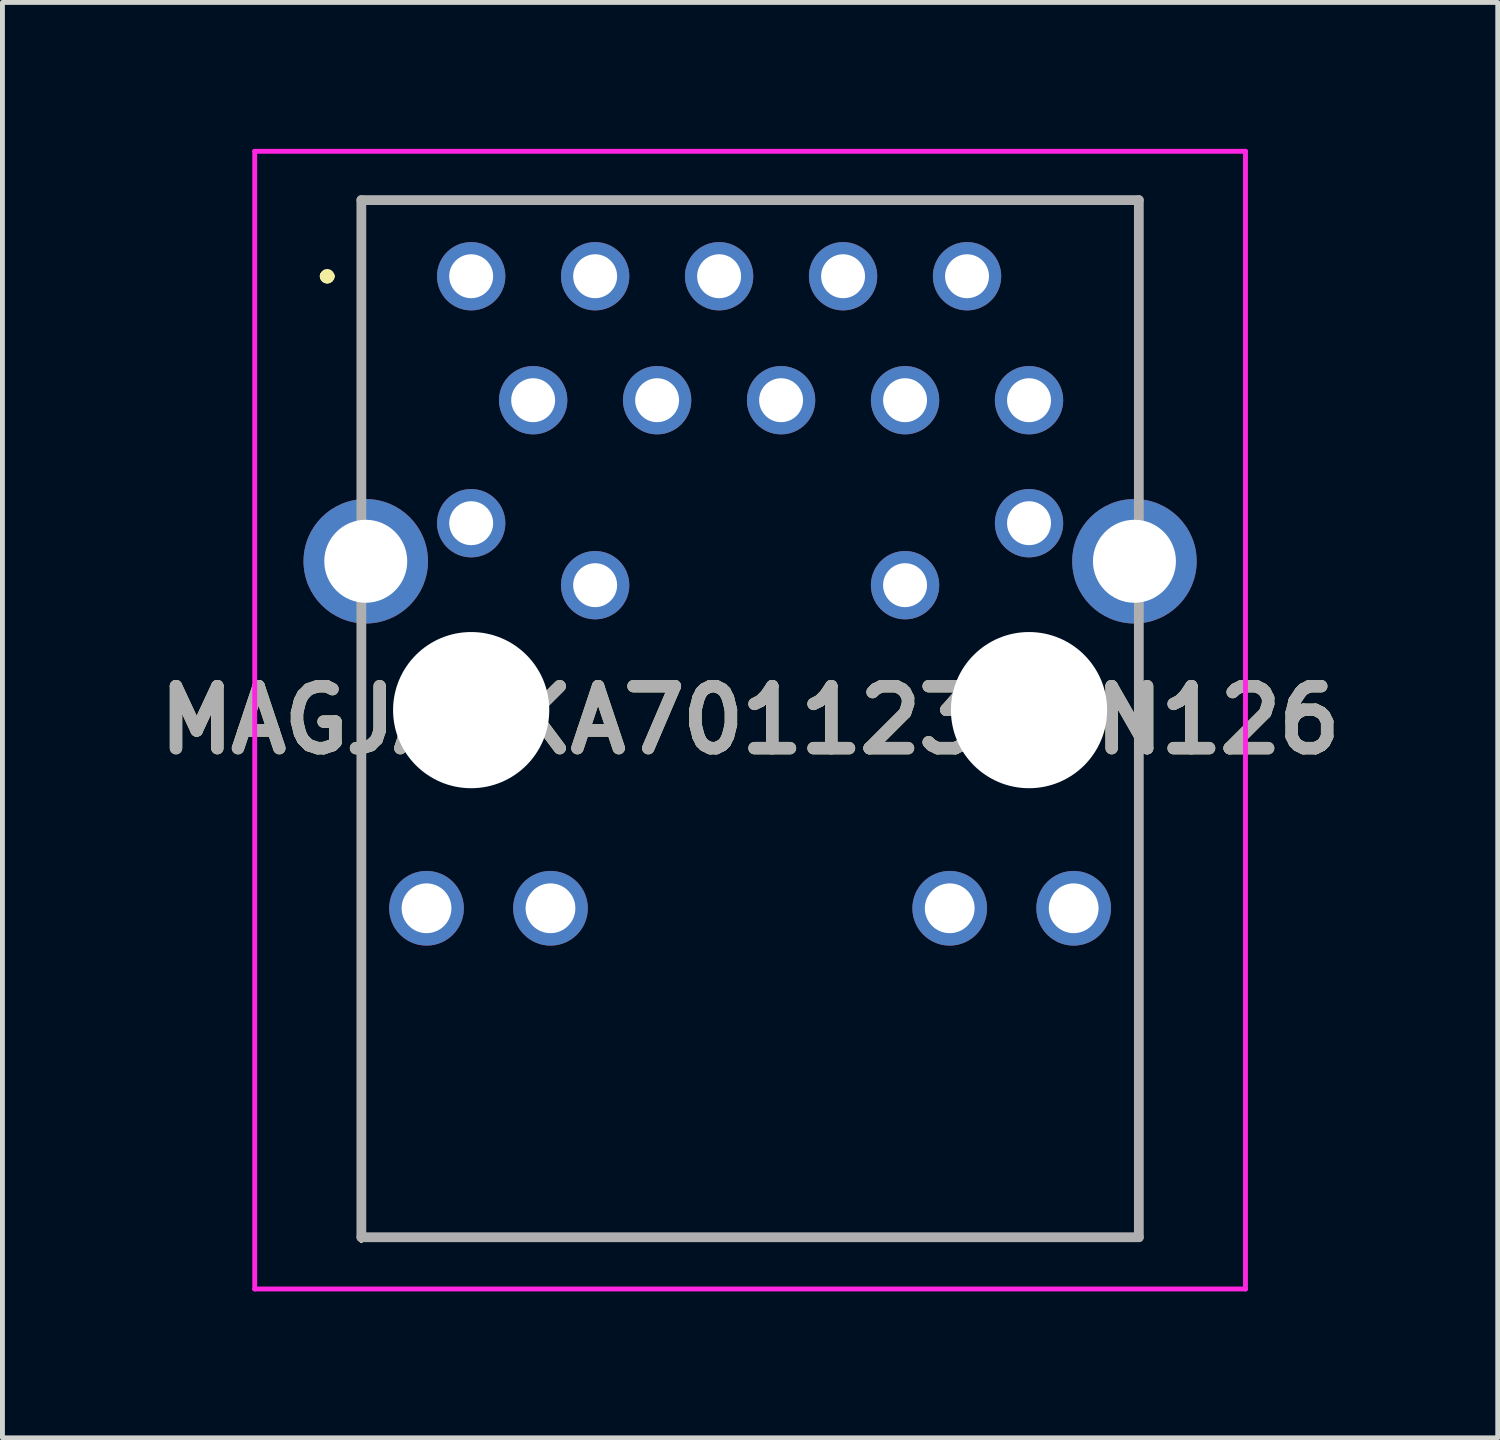
<source format=kicad_pcb>
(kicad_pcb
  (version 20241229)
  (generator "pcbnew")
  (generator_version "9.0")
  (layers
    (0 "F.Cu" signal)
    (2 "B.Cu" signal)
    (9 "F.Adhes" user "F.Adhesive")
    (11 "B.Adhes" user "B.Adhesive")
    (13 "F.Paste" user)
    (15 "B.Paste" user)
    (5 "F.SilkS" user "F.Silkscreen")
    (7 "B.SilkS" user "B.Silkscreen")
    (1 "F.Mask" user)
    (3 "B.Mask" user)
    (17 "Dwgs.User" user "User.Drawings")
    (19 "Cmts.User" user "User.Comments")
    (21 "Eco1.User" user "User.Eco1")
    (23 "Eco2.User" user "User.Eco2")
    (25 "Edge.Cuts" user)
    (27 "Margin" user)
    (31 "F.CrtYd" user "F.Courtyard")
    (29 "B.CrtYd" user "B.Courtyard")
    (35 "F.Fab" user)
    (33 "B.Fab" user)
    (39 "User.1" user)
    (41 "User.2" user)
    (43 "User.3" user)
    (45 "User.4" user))
  (footprint "MAGJACKA70112331N126"
    (layer "F.Cu")
    (at 6.604 2.61)
    (property "Reference" "MAGJACKA70112331N126" (at 5.715 9.095 0) (layer "F.SilkS") (effects (font (size 1.27 1.27) (thickness 0.254))))
    (attr through_hole)
    (fp_line (start -3 0) (end -3 0) (stroke (width 0.2) (type solid)) (layer "F.SilkS"))
    (fp_line (start -3 0) (end -3 0) (stroke (width 0.2) (type solid)) (layer "F.SilkS"))
    (fp_line (start -2.9 0) (end -2.9 0) (stroke (width 0.2) (type solid)) (layer "F.SilkS"))
    (fp_line (start -2.25 -1.56) (end -2.25 -1.56) (stroke (width 0.1) (type solid)) (layer "F.SilkS"))
    (fp_line (start -2.25 -1.56) (end -2.25 -1.56) (stroke (width 0.1) (type solid)) (layer "F.SilkS"))
    (fp_line (start -2.25 -1.56) (end -2.25 4) (stroke (width 0.1) (type solid)) (layer "F.SilkS"))
    (fp_line (start -2.25 -1.56) (end 13.68 -1.56) (stroke (width 0.1) (type solid)) (layer "F.SilkS"))
    (fp_line (start -2.25 4) (end -2.25 -1.56) (stroke (width 0.1) (type solid)) (layer "F.SilkS"))
    (fp_line (start -2.25 4) (end -2.25 4) (stroke (width 0.1) (type solid)) (layer "F.SilkS"))
    (fp_line (start -2.25 7.75) (end -2.25 7.75) (stroke (width 0.1) (type solid)) (layer "F.SilkS"))
    (fp_line (start -2.25 7.75) (end -2.25 19.75) (stroke (width 0.1) (type solid)) (layer "F.SilkS"))
    (fp_line (start -2.25 19.69) (end -2.25 19.69) (stroke (width 0.1) (type solid)) (layer "F.SilkS"))
    (fp_line (start -2.25 19.69) (end 13.68 19.69) (stroke (width 0.1) (type solid)) (layer "F.SilkS"))
    (fp_line (start -2.25 19.75) (end -2.25 7.75) (stroke (width 0.1) (type solid)) (layer "F.SilkS"))
    (fp_line (start -2.25 19.75) (end -2.25 19.75) (stroke (width 0.1) (type solid)) (layer "F.SilkS"))
    (fp_line (start 13.68 -1.56) (end -2.25 -1.56) (stroke (width 0.1) (type solid)) (layer "F.SilkS"))
    (fp_line (start 13.68 -1.56) (end 13.68 -1.56) (stroke (width 0.1) (type solid)) (layer "F.SilkS"))
    (fp_line (start 13.68 -1.56) (end 13.68 -1.56) (stroke (width 0.1) (type solid)) (layer "F.SilkS"))
    (fp_line (start 13.68 -1.56) (end 13.68 4) (stroke (width 0.1) (type solid)) (layer "F.SilkS"))
    (fp_line (start 13.68 4) (end 13.68 -1.56) (stroke (width 0.1) (type solid)) (layer "F.SilkS"))
    (fp_line (start 13.68 4) (end 13.68 4) (stroke (width 0.1) (type solid)) (layer "F.SilkS"))
    (fp_line (start 13.68 7.75) (end 13.68 7.75) (stroke (width 0.1) (type solid)) (layer "F.SilkS"))
    (fp_line (start 13.68 7.75) (end 13.68 19.69) (stroke (width 0.1) (type solid)) (layer "F.SilkS"))
    (fp_line (start 13.68 19.69) (end -2.25 19.69) (stroke (width 0.1) (type solid)) (layer "F.SilkS"))
    (fp_line (start 13.68 19.69) (end 13.68 7.75) (stroke (width 0.1) (type solid)) (layer "F.SilkS"))
    (fp_line (start 13.68 19.69) (end 13.68 19.69) (stroke (width 0.1) (type solid)) (layer "F.SilkS"))
    (fp_line (start 13.68 19.69) (end 13.68 19.69) (stroke (width 0.1) (type solid)) (layer "F.SilkS"))
    (fp_arc (start -3 0) (mid -2.95 -0.05) (end -2.9 0) (stroke (width 0.2) (type solid)) (layer "F.SilkS"))
    (fp_arc (start -2.9 0) (mid -2.95 0.05) (end -3 0) (stroke (width 0.2) (type solid)) (layer "F.SilkS"))
    (fp_arc (start -2.9 0) (mid -2.95 0.05) (end -3 0) (stroke (width 0.2) (type solid)) (layer "F.SilkS"))
    (fp_line (start -4.435 -2.56) (end 15.865 -2.56) (stroke (width 0.1) (type solid)) (layer "F.CrtYd"))
    (fp_line (start -4.435 20.75) (end -4.435 -2.56) (stroke (width 0.1) (type solid)) (layer "F.CrtYd"))
    (fp_line (start 15.865 -2.56) (end 15.865 20.75) (stroke (width 0.1) (type solid)) (layer "F.CrtYd"))
    (fp_line (start 15.865 20.75) (end -4.435 20.75) (stroke (width 0.1) (type solid)) (layer "F.CrtYd"))
    (fp_line (start -2.25 -1.56) (end -2.25 19.69) (stroke (width 0.2) (type solid)) (layer "F.Fab"))
    (fp_line (start -2.25 19.69) (end 13.68 19.69) (stroke (width 0.2) (type solid)) (layer "F.Fab"))
    (fp_line (start 13.68 -1.56) (end -2.25 -1.56) (stroke (width 0.2) (type solid)) (layer "F.Fab"))
    (fp_line (start 13.68 19.69) (end 13.68 -1.56) (stroke (width 0.2) (type solid)) (layer "F.Fab"))
    (fp_text user "${REFERENCE}" (at 5.715 9.095 0) (layer "F.Fab") (effects (font (size 1.27 1.27) (thickness 0.254))))
    (pad "" np_thru_hole circle (at 0 8.89) (size 3.2 3.2) (drill 3.2) (layers "*.Cu" "*.Mask"))
    (pad "" np_thru_hole circle (at 11.43 8.89) (size 3.2 3.2) (drill 3.2) (layers "*.Cu" "*.Mask"))
    (pad "1" thru_hole circle (at 0 0) (size 1.4 1.4) (drill 0.9) (layers "*.Cu" "*.Mask"))
    (pad "2" thru_hole circle (at 1.27 2.54) (size 1.4 1.4) (drill 0.9) (layers "*.Cu" "*.Mask"))
    (pad "3" thru_hole circle (at 2.54 0) (size 1.4 1.4) (drill 0.9) (layers "*.Cu" "*.Mask"))
    (pad "4" thru_hole circle (at 3.81 2.54) (size 1.4 1.4) (drill 0.9) (layers "*.Cu" "*.Mask"))
    (pad "5" thru_hole circle (at 5.08 0) (size 1.4 1.4) (drill 0.9) (layers "*.Cu" "*.Mask"))
    (pad "6" thru_hole circle (at 6.35 2.54) (size 1.4 1.4) (drill 0.9) (layers "*.Cu" "*.Mask"))
    (pad "7" thru_hole circle (at 7.62 0) (size 1.4 1.4) (drill 0.9) (layers "*.Cu" "*.Mask"))
    (pad "8" thru_hole circle (at 8.89 2.54) (size 1.4 1.4) (drill 0.9) (layers "*.Cu" "*.Mask"))
    (pad "9" thru_hole circle (at 10.16 0) (size 1.4 1.4) (drill 0.9) (layers "*.Cu" "*.Mask"))
    (pad "10" thru_hole circle (at 11.43 2.54) (size 1.4 1.4) (drill 0.9) (layers "*.Cu" "*.Mask"))
    (pad "11" thru_hole circle (at 0 5.06) (size 1.4 1.4) (drill 0.9) (layers "*.Cu" "*.Mask"))
    (pad "12" thru_hole circle (at 2.54 6.33) (size 1.4 1.4) (drill 0.9) (layers "*.Cu" "*.Mask"))
    (pad "13" thru_hole circle (at 8.89 6.33) (size 1.4 1.4) (drill 0.9) (layers "*.Cu" "*.Mask"))
    (pad "14" thru_hole circle (at 11.43 5.06) (size 1.4 1.4) (drill 0.9) (layers "*.Cu" "*.Mask"))
    (pad "15" thru_hole circle (at -0.915 12.95) (size 1.53 1.53) (drill 1.02) (layers "*.Cu" "*.Mask"))
    (pad "16" thru_hole circle (at 1.625 12.95) (size 1.53 1.53) (drill 1.02) (layers "*.Cu" "*.Mask"))
    (pad "17" thru_hole circle (at 9.805 12.95) (size 1.53 1.53) (drill 1.02) (layers "*.Cu" "*.Mask"))
    (pad "18" thru_hole circle (at 12.345 12.95) (size 1.53 1.53) (drill 1.02) (layers "*.Cu" "*.Mask"))
    (pad "MH1" thru_hole circle (at -2.16 5.84) (size 2.55 2.55) (drill 1.7) (layers "*.Cu" "*.Mask"))
    (pad "MH2" thru_hole circle (at 13.59 5.84) (size 2.55 2.55) (drill 1.7) (layers "*.Cu" "*.Mask")))
  (gr_rect
    (start -3 -3)
    (end 27.638 26.41)
    (stroke (width 0.1) (type default))
    (fill no)
    (layer "Edge.Cuts")))
</source>
